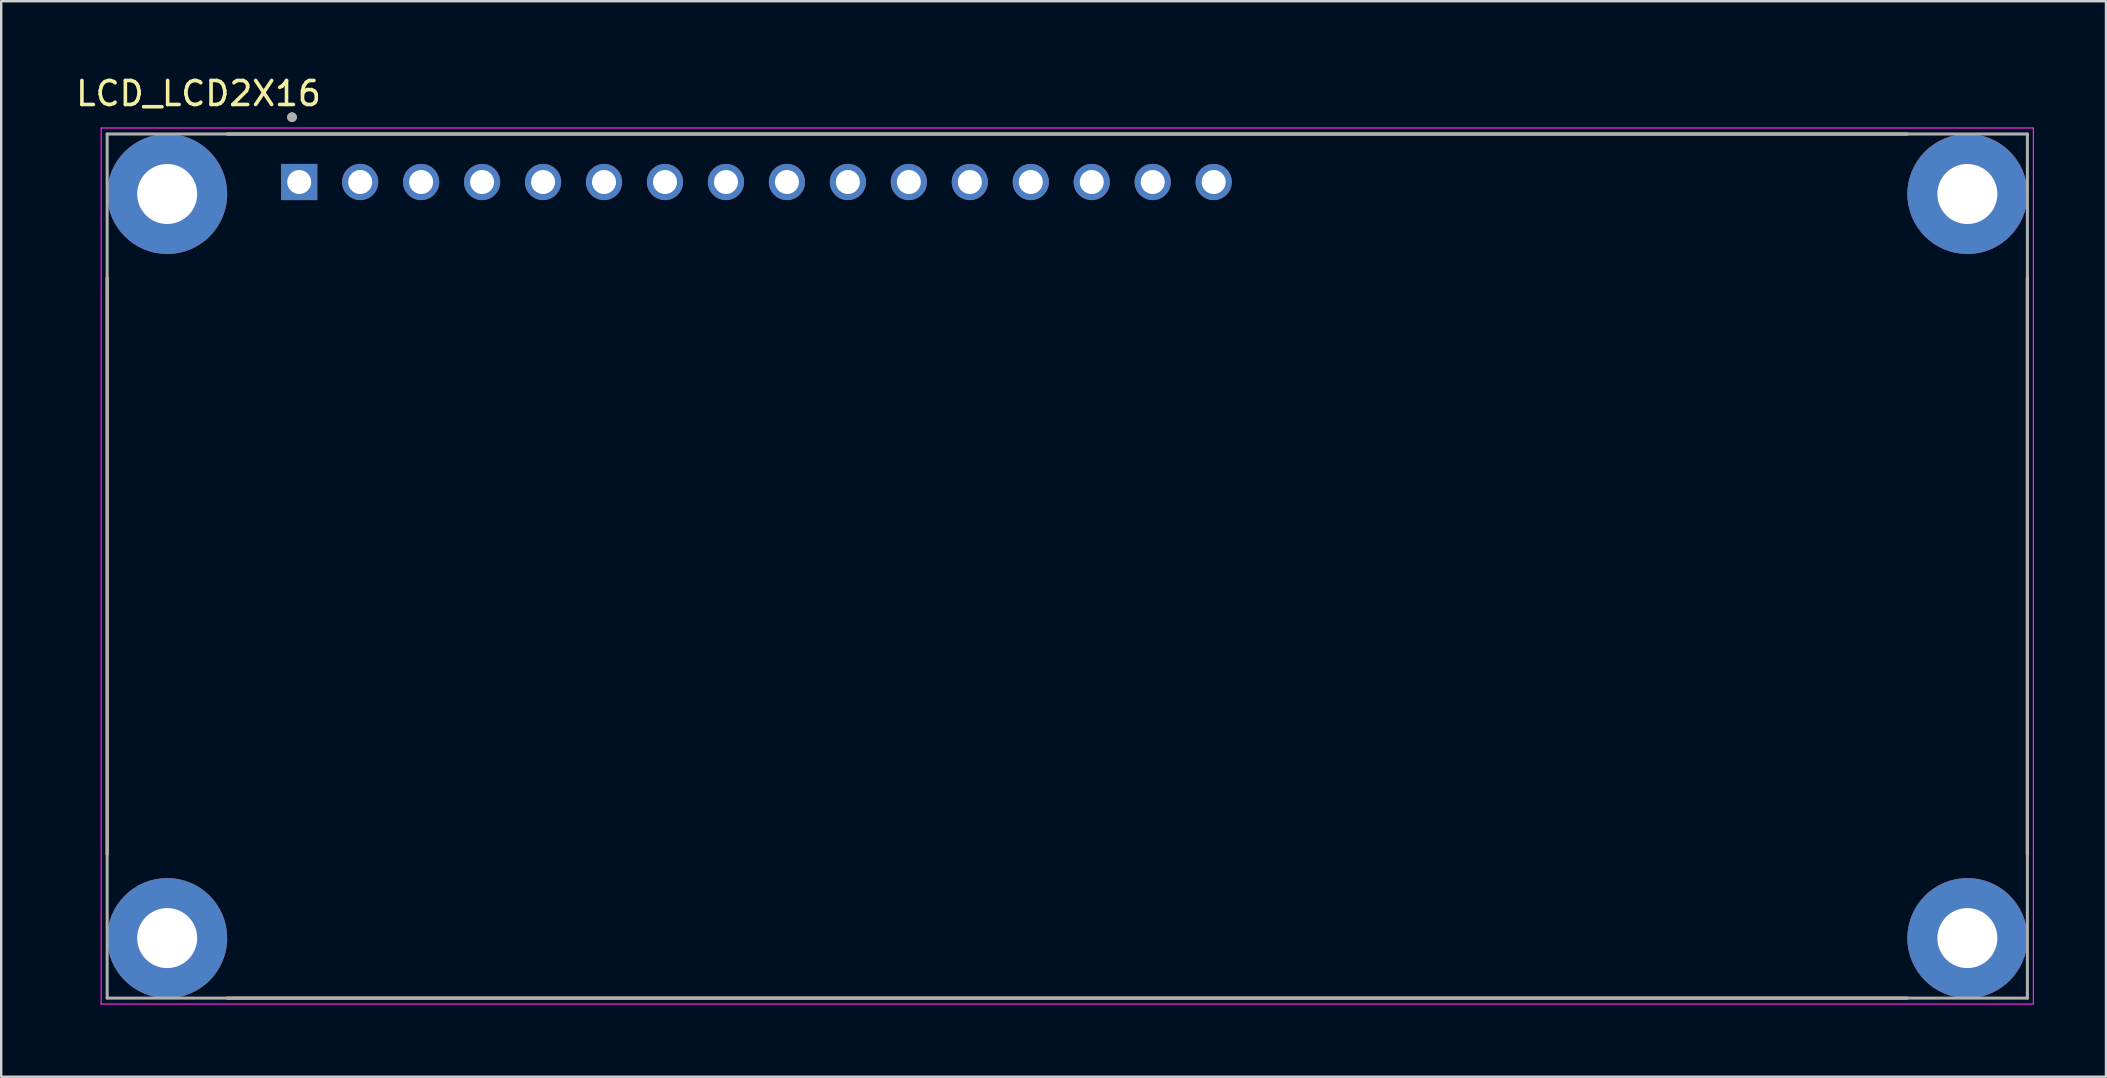
<source format=kicad_pcb>
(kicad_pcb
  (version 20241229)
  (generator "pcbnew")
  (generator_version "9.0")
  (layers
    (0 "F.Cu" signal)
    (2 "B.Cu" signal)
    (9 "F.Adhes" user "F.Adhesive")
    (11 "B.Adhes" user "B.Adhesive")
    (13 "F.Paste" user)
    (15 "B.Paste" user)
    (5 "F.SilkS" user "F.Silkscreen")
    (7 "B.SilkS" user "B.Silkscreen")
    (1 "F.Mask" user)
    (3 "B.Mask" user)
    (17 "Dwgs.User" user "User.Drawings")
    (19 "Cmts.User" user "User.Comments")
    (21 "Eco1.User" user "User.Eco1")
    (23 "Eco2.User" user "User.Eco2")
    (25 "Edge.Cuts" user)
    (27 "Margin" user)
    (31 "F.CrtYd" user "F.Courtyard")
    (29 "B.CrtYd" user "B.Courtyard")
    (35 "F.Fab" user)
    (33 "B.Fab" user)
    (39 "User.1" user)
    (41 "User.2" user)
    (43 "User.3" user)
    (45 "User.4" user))
  (footprint "LCD_LCD2X16"
    (layer "F.Cu")
    (at 41.415 20.533)
    (property "Reference" "LCD_LCD2X16" (at -36.195 -19.685 0) (layer "F.SilkS") (effects (font (size 1 1) (thickness 0.15))))
    (attr through_hole)
    (fp_line (start -40 12) (end -40 -12) (stroke (width 0.127) (type solid)) (layer "F.SilkS"))
    (fp_line (start -35 -18) (end 35 -18) (stroke (width 0.127) (type solid)) (layer "F.SilkS"))
    (fp_line (start 35 18) (end -35 18) (stroke (width 0.127) (type solid)) (layer "F.SilkS"))
    (fp_line (start 40 -12) (end 40 12) (stroke (width 0.127) (type solid)) (layer "F.SilkS"))
    (fp_circle (center -32.3 -18.7) (end -32.2 -18.7) (stroke (width 0.2) (type solid)) (fill no) (layer "F.SilkS"))
    (fp_line (start -40.25 -18.25) (end 40.25 -18.25) (stroke (width 0.05) (type solid)) (layer "F.CrtYd"))
    (fp_line (start -40.25 18.25) (end -40.25 -18.25) (stroke (width 0.05) (type solid)) (layer "F.CrtYd"))
    (fp_line (start 40.25 -18.25) (end 40.25 18.25) (stroke (width 0.05) (type solid)) (layer "F.CrtYd"))
    (fp_line (start 40.25 18.25) (end -40.25 18.25) (stroke (width 0.05) (type solid)) (layer "F.CrtYd"))
    (fp_line (start -40 -18) (end -40 18) (stroke (width 0.127) (type solid)) (layer "F.Fab"))
    (fp_line (start -40 -18) (end 40 -18) (stroke (width 0.127) (type solid)) (layer "F.Fab"))
    (fp_line (start -40 18) (end 40 18) (stroke (width 0.127) (type solid)) (layer "F.Fab"))
    (fp_line (start 40 18) (end 40 -18) (stroke (width 0.127) (type solid)) (layer "F.Fab"))
    (fp_circle (center -32.3 -18.7) (end -32.2 -18.7) (stroke (width 0.2) (type solid)) (fill no) (layer "F.Fab"))
    (pad "1" thru_hole rect (at -32 -16) (size 1.508 1.508) (drill 1) (layers "*.Cu" "*.Mask"))
    (pad "2" thru_hole circle (at -29.46 -16) (size 1.508 1.508) (drill 1) (layers "*.Cu" "*.Mask"))
    (pad "3" thru_hole circle (at -26.92 -16) (size 1.508 1.508) (drill 1) (layers "*.Cu" "*.Mask"))
    (pad "4" thru_hole circle (at -24.38 -16) (size 1.508 1.508) (drill 1) (layers "*.Cu" "*.Mask"))
    (pad "5" thru_hole circle (at -21.84 -16) (size 1.508 1.508) (drill 1) (layers "*.Cu" "*.Mask"))
    (pad "6" thru_hole circle (at -19.3 -16) (size 1.508 1.508) (drill 1) (layers "*.Cu" "*.Mask"))
    (pad "7" thru_hole circle (at -16.76 -16) (size 1.508 1.508) (drill 1) (layers "*.Cu" "*.Mask"))
    (pad "8" thru_hole circle (at -14.22 -16) (size 1.508 1.508) (drill 1) (layers "*.Cu" "*.Mask"))
    (pad "9" thru_hole circle (at -11.68 -16) (size 1.508 1.508) (drill 1) (layers "*.Cu" "*.Mask"))
    (pad "10" thru_hole circle (at -9.14 -16) (size 1.508 1.508) (drill 1) (layers "*.Cu" "*.Mask"))
    (pad "11" thru_hole circle (at -6.6 -16) (size 1.508 1.508) (drill 1) (layers "*.Cu" "*.Mask"))
    (pad "12" thru_hole circle (at -4.06 -16) (size 1.508 1.508) (drill 1) (layers "*.Cu" "*.Mask"))
    (pad "13" thru_hole circle (at -1.52 -16) (size 1.508 1.508) (drill 1) (layers "*.Cu" "*.Mask"))
    (pad "14" thru_hole circle (at 1.02 -16) (size 1.508 1.508) (drill 1) (layers "*.Cu" "*.Mask"))
    (pad "15" thru_hole circle (at 3.56 -16) (size 1.508 1.508) (drill 1) (layers "*.Cu" "*.Mask"))
    (pad "16" thru_hole circle (at 6.1 -16) (size 1.508 1.508) (drill 1) (layers "*.Cu" "*.Mask"))
    (pad "S1" thru_hole circle (at -37.5 -15.5) (size 5 5) (drill 2.5) (layers "*.Cu" "*.Mask"))
    (pad "S2" thru_hole circle (at 37.5 -15.5) (size 5 5) (drill 2.5) (layers "*.Cu" "*.Mask"))
    (pad "S3" thru_hole circle (at 37.5 15.5) (size 5 5) (drill 2.5) (layers "*.Cu" "*.Mask"))
    (pad "S4" thru_hole circle (at -37.5 15.5) (size 5 5) (drill 2.5) (layers "*.Cu" "*.Mask")))
  (gr_rect
    (start -3 -3)
    (end 84.69 41.808)
    (stroke (width 0.1) (type default))
    (fill no)
    (layer "Edge.Cuts")))
</source>
